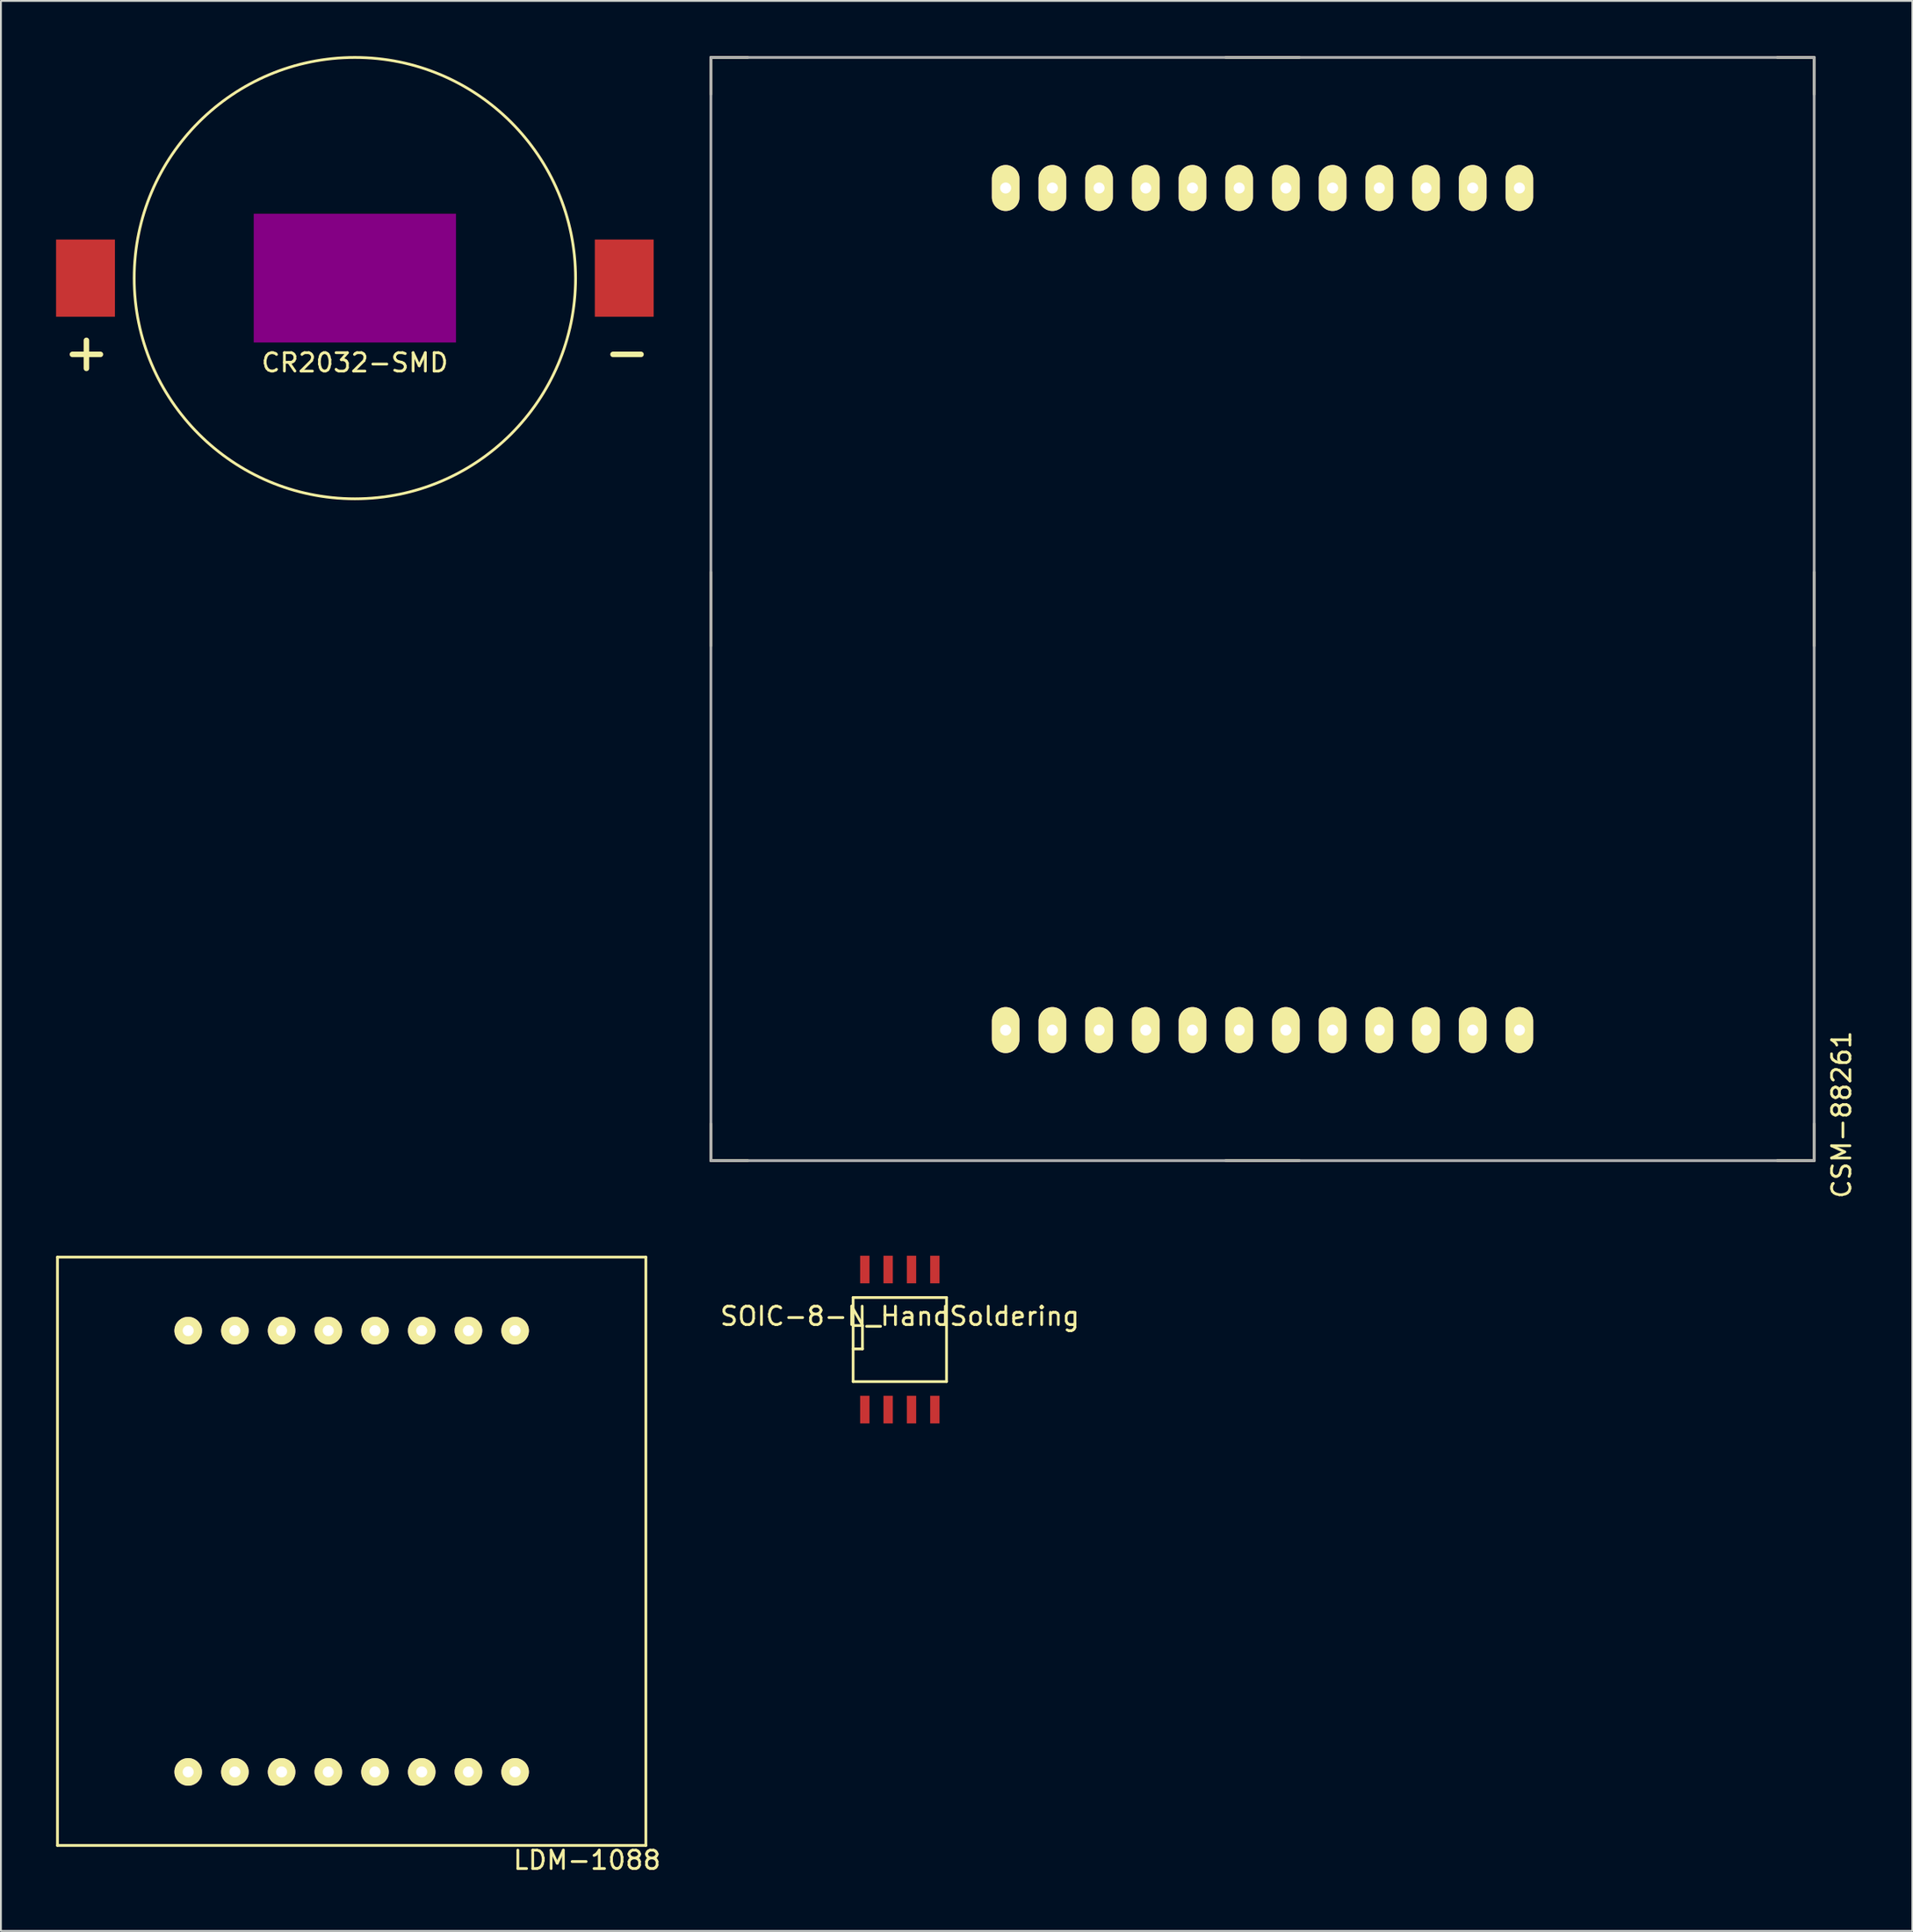
<source format=kicad_pcb>
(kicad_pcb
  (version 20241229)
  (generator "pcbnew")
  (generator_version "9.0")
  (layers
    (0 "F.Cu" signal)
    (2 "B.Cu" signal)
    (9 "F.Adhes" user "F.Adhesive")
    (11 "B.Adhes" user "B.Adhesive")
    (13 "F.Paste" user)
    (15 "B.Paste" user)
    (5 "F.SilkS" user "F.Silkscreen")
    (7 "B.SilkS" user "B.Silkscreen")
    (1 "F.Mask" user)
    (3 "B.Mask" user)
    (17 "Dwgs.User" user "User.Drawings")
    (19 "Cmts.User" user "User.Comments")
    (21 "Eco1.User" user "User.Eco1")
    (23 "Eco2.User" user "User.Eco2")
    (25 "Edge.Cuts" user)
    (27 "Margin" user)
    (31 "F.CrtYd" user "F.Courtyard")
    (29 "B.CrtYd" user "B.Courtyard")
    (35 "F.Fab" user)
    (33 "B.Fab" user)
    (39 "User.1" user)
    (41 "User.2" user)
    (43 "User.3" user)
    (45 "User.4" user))
  (footprint "LDM-1088"
    (layer "F.Cu")
    (at 16.075 81.323)
    (property "Reference" "LDM-1088" (at 12.8 16.8 0) (layer "F.SilkS") (effects (font (size 1 1) (thickness 0.15))))
    (attr through_hole)
    (fp_line (start -16 -16) (end 16 -16) (stroke (width 0.15) (type solid)) (layer "F.SilkS"))
    (fp_line (start -16 16) (end -16 -16) (stroke (width 0.15) (type solid)) (layer "F.SilkS"))
    (fp_line (start 16 -16) (end 16 16) (stroke (width 0.15) (type solid)) (layer "F.SilkS"))
    (fp_line (start 16 16) (end -16 16) (stroke (width 0.15) (type solid)) (layer "F.SilkS"))
    (pad "1" thru_hole circle (at -8.89 12) (size 1.5 1.5) (drill 0.6) (layers "*.Cu" "*.Mask" "F.SilkS"))
    (pad "2" thru_hole circle (at -6.35 12) (size 1.5 1.5) (drill 0.6) (layers "*.Cu" "*.Mask" "F.SilkS"))
    (pad "3" thru_hole circle (at -3.81 12) (size 1.5 1.5) (drill 0.6) (layers "*.Cu" "*.Mask" "F.SilkS"))
    (pad "4" thru_hole circle (at -1.27 12) (size 1.5 1.5) (drill 0.6) (layers "*.Cu" "*.Mask" "F.SilkS"))
    (pad "5" thru_hole circle (at 1.27 12) (size 1.5 1.5) (drill 0.6) (layers "*.Cu" "*.Mask" "F.SilkS"))
    (pad "6" thru_hole circle (at 3.81 12) (size 1.5 1.5) (drill 0.6) (layers "*.Cu" "*.Mask" "F.SilkS"))
    (pad "7" thru_hole circle (at 6.35 12) (size 1.5 1.5) (drill 0.6) (layers "*.Cu" "*.Mask" "F.SilkS"))
    (pad "8" thru_hole circle (at 8.89 12) (size 1.5 1.5) (drill 0.6) (layers "*.Cu" "*.Mask" "F.SilkS"))
    (pad "9" thru_hole circle (at -8.89 -12) (size 1.5 1.5) (drill 0.6) (layers "*.Cu" "*.Mask" "F.SilkS"))
    (pad "10" thru_hole circle (at -6.35 -12) (size 1.5 1.5) (drill 0.6) (layers "*.Cu" "*.Mask" "F.SilkS"))
    (pad "11" thru_hole circle (at -3.81 -12) (size 1.5 1.5) (drill 0.6) (layers "*.Cu" "*.Mask" "F.SilkS"))
    (pad "12" thru_hole circle (at -1.27 -12) (size 1.5 1.5) (drill 0.6) (layers "*.Cu" "*.Mask" "F.SilkS"))
    (pad "13" thru_hole circle (at 1.27 -12) (size 1.5 1.5) (drill 0.6) (layers "*.Cu" "*.Mask" "F.SilkS"))
    (pad "14" thru_hole circle (at 3.81 -12) (size 1.5 1.5) (drill 0.6) (layers "*.Cu" "*.Mask" "F.SilkS"))
    (pad "15" thru_hole circle (at 6.35 -12) (size 1.5 1.5) (drill 0.6) (layers "*.Cu" "*.Mask" "F.SilkS"))
    (pad "16" thru_hole circle (at 8.89 -12) (size 1.5 1.5) (drill 0.6) (layers "*.Cu" "*.Mask" "F.SilkS")))
  (footprint "SOIC-8-N_HandSoldering"
    (layer "F.Cu")
    (at 45.887 69.808)
    (property "Reference" "SOIC-8-N_HandSoldering" (at 0 -1.27 0) (layer "F.SilkS") (effects (font (size 1 1) (thickness 0.15))))
    (attr smd)
    (fp_line (start -2.54 -2.286) (end 2.54 -2.286) (stroke (width 0.15) (type solid)) (layer "F.SilkS"))
    (fp_line (start -2.54 -0.762) (end -2.032 -0.762) (stroke (width 0.15) (type solid)) (layer "F.SilkS"))
    (fp_line (start -2.54 2.286) (end -2.54 -2.286) (stroke (width 0.15) (type solid)) (layer "F.SilkS"))
    (fp_line (start -2.032 -0.762) (end -2.032 0.508) (stroke (width 0.15) (type solid)) (layer "F.SilkS"))
    (fp_line (start -2.032 0.508) (end -2.54 0.508) (stroke (width 0.15) (type solid)) (layer "F.SilkS"))
    (fp_line (start 2.54 -2.286) (end 2.54 2.286) (stroke (width 0.15) (type solid)) (layer "F.SilkS"))
    (fp_line (start 2.54 2.286) (end -2.54 2.286) (stroke (width 0.15) (type solid)) (layer "F.SilkS"))
    (pad "1" smd rect (at -1.905 3.81) (size 0.508 1.5) (layers "F.Cu" "F.Mask" "F.Paste"))
    (pad "2" smd rect (at -0.635 3.81) (size 0.508 1.5) (layers "F.Cu" "F.Mask" "F.Paste"))
    (pad "3" smd rect (at 0.635 3.81) (size 0.508 1.5) (layers "F.Cu" "F.Mask" "F.Paste"))
    (pad "4" smd rect (at 1.905 3.81) (size 0.508 1.5) (layers "F.Cu" "F.Mask" "F.Paste"))
    (pad "5" smd rect (at 1.905 -3.81) (size 0.508 1.5) (layers "F.Cu" "F.Mask" "F.Paste"))
    (pad "6" smd rect (at 0.635 -3.81) (size 0.508 1.5) (layers "F.Cu" "F.Mask" "F.Paste"))
    (pad "7" smd rect (at -0.635 -3.81) (size 0.508 1.5) (layers "F.Cu" "F.Mask" "F.Paste"))
    (pad "8" smd rect (at -1.905 -3.81) (size 0.508 1.5) (layers "F.Cu" "F.Mask" "F.Paste")))
  (footprint "CR2032-SMD"
    (layer "F.Cu")
    (at 16.25 12.077)
    (property "Reference" "CR2032-SMD" (at 0 4.6 0) (layer "F.SilkS") (effects (font (size 1 1) (thickness 0.15))))
    (attr through_hole)
    (fp_circle (center 0 0) (end 12 0.2) (stroke (width 0.15) (type solid)) (fill no) (layer "F.SilkS"))
    (fp_text user "-" (at 14.8 4 0) (layer "F.SilkS") (effects (font (size 2 2) (thickness 0.3))))
    (fp_text user "+" (at -14.6 4 0) (layer "F.SilkS") (effects (font (size 2 2) (thickness 0.3))))
    (pad "" smd rect (at 0 0) (size 11 7) (layers "F.Adhes"))
    (pad "1" smd rect (at -14.65 0) (size 3.2 4.2) (layers "F.Cu" "F.Mask" "F.Paste"))
    (pad "2" smd rect (at 14.65 0) (size 3.2 4.2) (layers "F.Cu" "F.Mask" "F.Paste")))
  (footprint "CSM-88261"
    (layer "F.Cu")
    (at 65.613 30.075)
    (property "Reference" "CSM-88261" (at 31.49 27.5 90) (layer "F.SilkS") (effects (font (size 1 1) (thickness 0.15))))
    (attr through_hole)
    (fp_line (start -30 -30) (end -28 -30) (stroke (width 0.15) (type solid)) (layer "F.SilkS"))
    (fp_line (start -30 -28) (end -30 -30) (stroke (width 0.15) (type solid)) (layer "F.SilkS"))
    (fp_line (start -30 2) (end -30 -2) (stroke (width 0.15) (type solid)) (layer "F.SilkS"))
    (fp_line (start -30 28) (end -30 30) (stroke (width 0.15) (type solid)) (layer "F.SilkS"))
    (fp_line (start -30 30) (end -28 30) (stroke (width 0.15) (type solid)) (layer "F.SilkS"))
    (fp_line (start -2 -30) (end 2 -30) (stroke (width 0.15) (type solid)) (layer "F.SilkS"))
    (fp_line (start -2 30) (end 2 30) (stroke (width 0.15) (type solid)) (layer "F.SilkS"))
    (fp_line (start 28 -30) (end 30 -30) (stroke (width 0.15) (type solid)) (layer "F.SilkS"))
    (fp_line (start 28 30) (end 30 30) (stroke (width 0.15) (type solid)) (layer "F.SilkS"))
    (fp_line (start 30 -30) (end 30 -28) (stroke (width 0.15) (type solid)) (layer "F.SilkS"))
    (fp_line (start 30 2) (end 30 -2) (stroke (width 0.15) (type solid)) (layer "F.SilkS"))
    (fp_line (start 30 30) (end 30 28) (stroke (width 0.15) (type solid)) (layer "F.SilkS"))
    (fp_line (start -30 -30) (end 30 -30) (stroke (width 0.15) (type solid)) (layer "F.Fab"))
    (fp_line (start -30 30) (end -30 -30) (stroke (width 0.15) (type solid)) (layer "F.Fab"))
    (fp_line (start 30 -30) (end 30 30) (stroke (width 0.15) (type solid)) (layer "F.Fab"))
    (fp_line (start 30 30) (end -30 30) (stroke (width 0.15) (type solid)) (layer "F.Fab"))
    (pad "1" thru_hole oval (at -13.97 22.9) (size 1.5 2.5) (drill 0.6) (layers "*.Cu" "*.Mask" "F.SilkS"))
    (pad "2" thru_hole oval (at -11.43 22.9) (size 1.5 2.5) (drill 0.6) (layers "*.Cu" "*.Mask" "F.SilkS"))
    (pad "3" thru_hole oval (at -8.89 22.9) (size 1.5 2.5) (drill 0.6) (layers "*.Cu" "*.Mask" "F.SilkS"))
    (pad "4" thru_hole oval (at -6.35 22.9) (size 1.5 2.5) (drill 0.6) (layers "*.Cu" "*.Mask" "F.SilkS"))
    (pad "5" thru_hole oval (at -3.81 22.9) (size 1.5 2.5) (drill 0.6) (layers "*.Cu" "*.Mask" "F.SilkS"))
    (pad "6" thru_hole oval (at -1.27 22.9) (size 1.5 2.5) (drill 0.6) (layers "*.Cu" "*.Mask" "F.SilkS"))
    (pad "7" thru_hole oval (at 1.27 22.9) (size 1.5 2.5) (drill 0.6) (layers "*.Cu" "*.Mask" "F.SilkS"))
    (pad "8" thru_hole oval (at 3.81 22.9) (size 1.5 2.5) (drill 0.6) (layers "*.Cu" "*.Mask" "F.SilkS"))
    (pad "9" thru_hole oval (at 6.35 22.9) (size 1.5 2.5) (drill 0.6) (layers "*.Cu" "*.Mask" "F.SilkS"))
    (pad "10" thru_hole oval (at 8.89 22.9) (size 1.5 2.5) (drill 0.6) (layers "*.Cu" "*.Mask" "F.SilkS"))
    (pad "11" thru_hole oval (at 11.43 22.9) (size 1.5 2.5) (drill 0.6) (layers "*.Cu" "*.Mask" "F.SilkS"))
    (pad "12" thru_hole oval (at 13.97 22.9) (size 1.5 2.5) (drill 0.6) (layers "*.Cu" "*.Mask" "F.SilkS"))
    (pad "13" thru_hole oval (at 13.97 -22.9) (size 1.5 2.5) (drill 0.6) (layers "*.Cu" "*.Mask" "F.SilkS"))
    (pad "14" thru_hole oval (at 11.43 -22.9) (size 1.5 2.5) (drill 0.6) (layers "*.Cu" "*.Mask" "F.SilkS"))
    (pad "15" thru_hole oval (at 8.89 -22.9) (size 1.5 2.5) (drill 0.6) (layers "*.Cu" "*.Mask" "F.SilkS"))
    (pad "16" thru_hole oval (at 6.35 -22.9) (size 1.5 2.5) (drill 0.6) (layers "*.Cu" "*.Mask" "F.SilkS"))
    (pad "17" thru_hole oval (at 3.81 -22.9) (size 1.5 2.5) (drill 0.6) (layers "*.Cu" "*.Mask" "F.SilkS"))
    (pad "18" thru_hole oval (at 1.27 -22.9) (size 1.5 2.5) (drill 0.6) (layers "*.Cu" "*.Mask" "F.SilkS"))
    (pad "19" thru_hole oval (at -1.27 -22.9) (size 1.5 2.5) (drill 0.6) (layers "*.Cu" "*.Mask" "F.SilkS"))
    (pad "20" thru_hole oval (at -3.81 -22.9) (size 1.5 2.5) (drill 0.6) (layers "*.Cu" "*.Mask" "F.SilkS"))
    (pad "21" thru_hole oval (at -6.35 -22.9) (size 1.5 2.5) (drill 0.6) (layers "*.Cu" "*.Mask" "F.SilkS"))
    (pad "22" thru_hole oval (at -8.89 -22.9) (size 1.5 2.5) (drill 0.6) (layers "*.Cu" "*.Mask" "F.SilkS"))
    (pad "23" thru_hole oval (at -11.43 -22.9) (size 1.5 2.5) (drill 0.6) (layers "*.Cu" "*.Mask" "F.SilkS"))
    (pad "24" thru_hole oval (at -13.97 -22.9) (size 1.5 2.5) (drill 0.6) (layers "*.Cu" "*.Mask" "F.SilkS")))
  (gr_rect
    (start -3 -3)
    (end 100.951 101.971)
    (stroke (width 0.1) (type default))
    (fill no)
    (layer "Edge.Cuts")))
</source>
